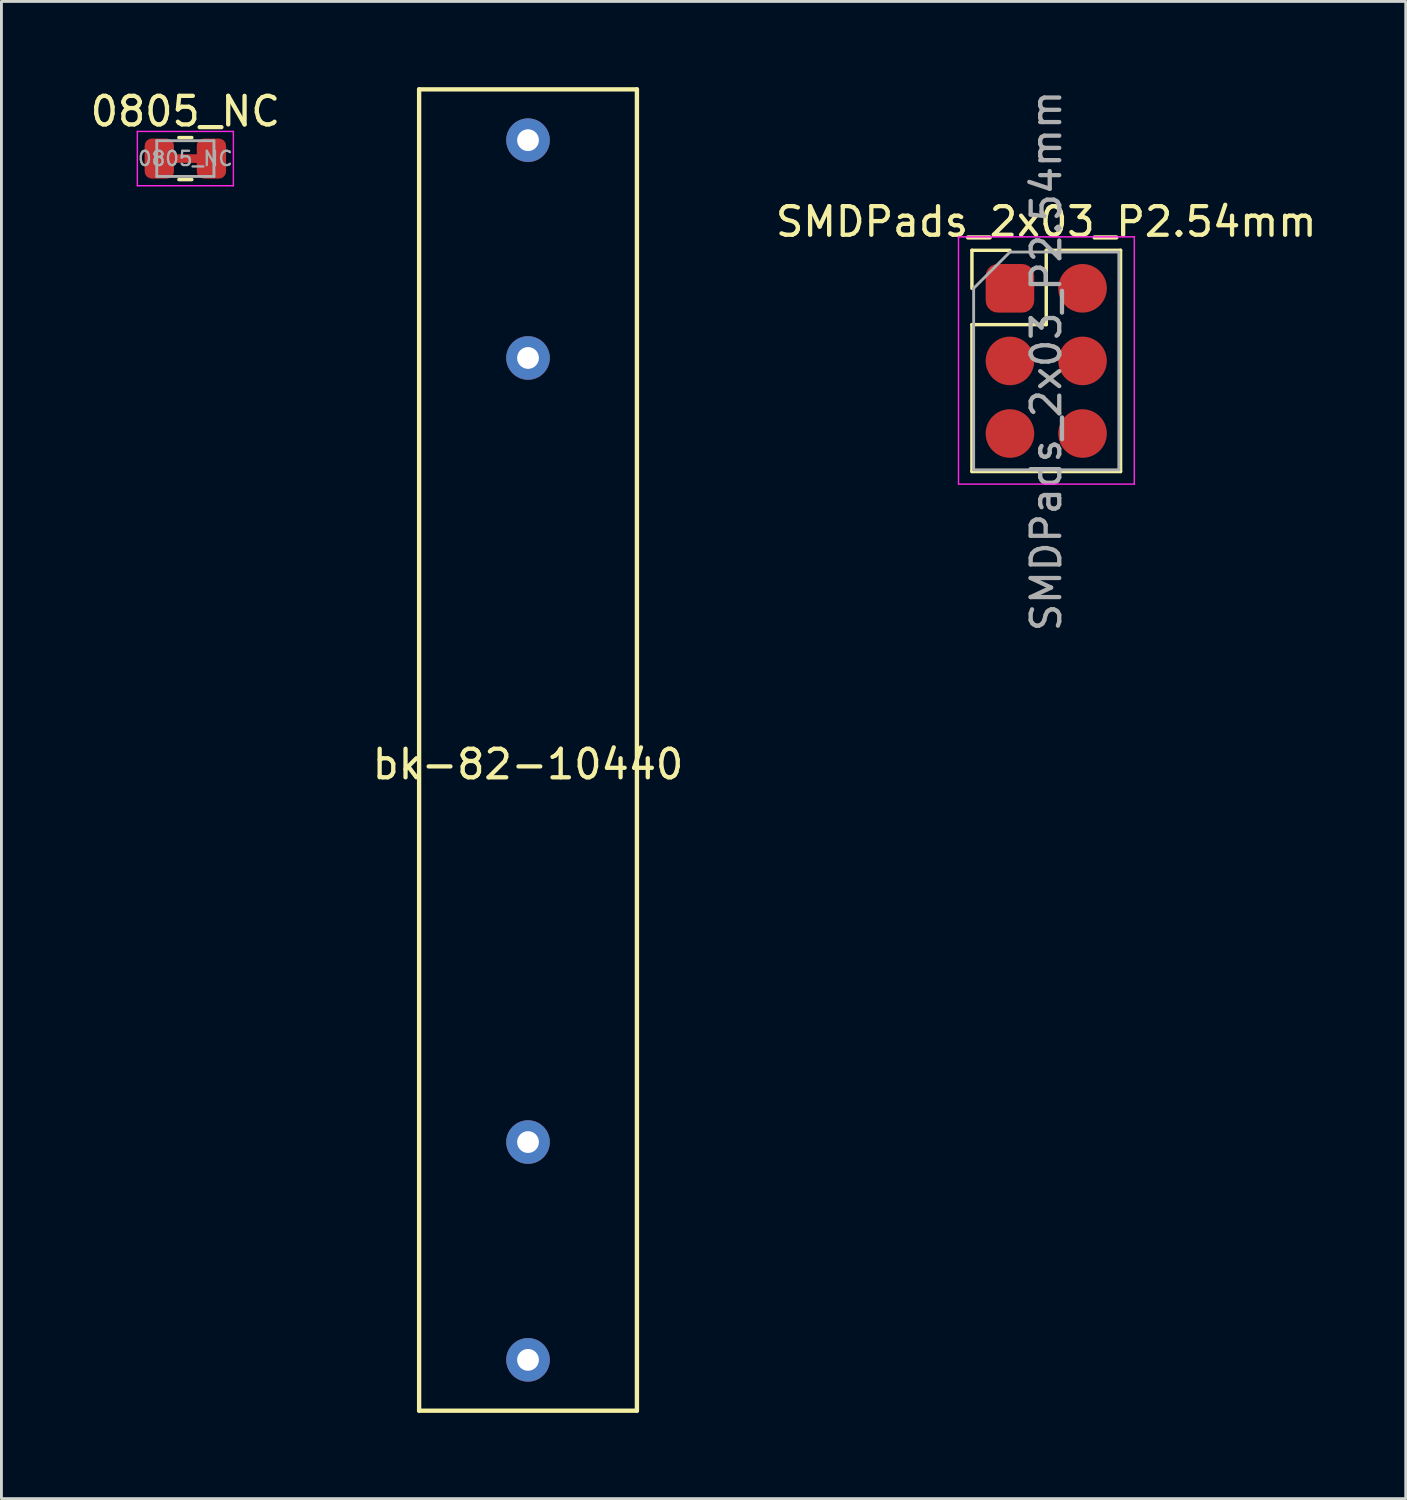
<source format=kicad_pcb>
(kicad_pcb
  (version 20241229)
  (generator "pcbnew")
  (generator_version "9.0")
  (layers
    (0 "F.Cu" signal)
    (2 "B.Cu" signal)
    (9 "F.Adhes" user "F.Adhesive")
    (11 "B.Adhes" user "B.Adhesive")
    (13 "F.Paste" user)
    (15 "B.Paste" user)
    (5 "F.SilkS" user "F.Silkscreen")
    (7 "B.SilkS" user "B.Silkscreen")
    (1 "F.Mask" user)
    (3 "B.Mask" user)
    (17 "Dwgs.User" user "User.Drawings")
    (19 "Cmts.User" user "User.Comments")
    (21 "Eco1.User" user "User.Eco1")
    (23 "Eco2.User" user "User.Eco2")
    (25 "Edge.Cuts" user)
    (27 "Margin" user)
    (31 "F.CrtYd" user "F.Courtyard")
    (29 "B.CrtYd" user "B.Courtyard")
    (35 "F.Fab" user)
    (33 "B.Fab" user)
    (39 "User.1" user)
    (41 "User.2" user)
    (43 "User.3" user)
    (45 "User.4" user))
  (footprint "SMDPads_2x03_P2.54mm"
    (layer "F.Cu")
    (at 32.284 7.037)
    (property "Reference" "SMDPads_2x03_P2.54mm" (at 1.27 -2.33 0) (layer "F.SilkS") (effects (font (size 1 1) (thickness 0.15))))
    (attr through_hole)
    (fp_line (start -1.33 -1.33) (end 0 -1.33) (stroke (width 0.12) (type solid)) (layer "F.SilkS"))
    (fp_line (start -1.33 0) (end -1.33 -1.33) (stroke (width 0.12) (type solid)) (layer "F.SilkS"))
    (fp_line (start -1.33 1.27) (end -1.33 6.41) (stroke (width 0.12) (type solid)) (layer "F.SilkS"))
    (fp_line (start -1.33 1.27) (end 1.27 1.27) (stroke (width 0.12) (type solid)) (layer "F.SilkS"))
    (fp_line (start -1.33 6.41) (end 3.87 6.41) (stroke (width 0.12) (type solid)) (layer "F.SilkS"))
    (fp_line (start 1.27 -1.33) (end 3.87 -1.33) (stroke (width 0.12) (type solid)) (layer "F.SilkS"))
    (fp_line (start 1.27 1.27) (end 1.27 -1.33) (stroke (width 0.12) (type solid)) (layer "F.SilkS"))
    (fp_line (start 3.87 -1.33) (end 3.87 6.41) (stroke (width 0.12) (type solid)) (layer "F.SilkS"))
    (fp_line (start -1.8 -1.8) (end -1.8 6.85) (stroke (width 0.05) (type solid)) (layer "F.CrtYd"))
    (fp_line (start -1.8 6.85) (end 4.35 6.85) (stroke (width 0.05) (type solid)) (layer "F.CrtYd"))
    (fp_line (start 4.35 -1.8) (end -1.8 -1.8) (stroke (width 0.05) (type solid)) (layer "F.CrtYd"))
    (fp_line (start 4.35 6.85) (end 4.35 -1.8) (stroke (width 0.05) (type solid)) (layer "F.CrtYd"))
    (fp_line (start -1.27 0) (end 0 -1.27) (stroke (width 0.1) (type solid)) (layer "F.Fab"))
    (fp_line (start -1.27 6.35) (end -1.27 0) (stroke (width 0.1) (type solid)) (layer "F.Fab"))
    (fp_line (start 0 -1.27) (end 3.81 -1.27) (stroke (width 0.1) (type solid)) (layer "F.Fab"))
    (fp_line (start 3.81 -1.27) (end 3.81 6.35) (stroke (width 0.1) (type solid)) (layer "F.Fab"))
    (fp_line (start 3.81 6.35) (end -1.27 6.35) (stroke (width 0.1) (type solid)) (layer "F.Fab"))
    (fp_text user "${REFERENCE}" (at 1.27 2.54 90) (layer "F.Fab") (effects (font (size 1 1) (thickness 0.15))))
    (pad "1" smd roundrect (at 0 0) (size 1.7 1.7) (layers "F.Cu" "F.Mask" "F.Paste") (roundrect_rratio 0.25))
    (pad "2" smd oval (at 2.54 0) (size 1.7 1.7) (layers "F.Cu" "F.Mask" "F.Paste"))
    (pad "3" smd oval (at 0 2.54) (size 1.7 1.7) (layers "F.Cu" "F.Mask" "F.Paste"))
    (pad "4" smd oval (at 2.54 2.54) (size 1.7 1.7) (layers "F.Cu" "F.Mask" "F.Paste"))
    (pad "5" smd oval (at 0 5.08) (size 1.7 1.7) (layers "F.Cu" "F.Mask" "F.Paste"))
    (pad "6" smd oval (at 2.54 5.08) (size 1.7 1.7) (layers "F.Cu" "F.Mask" "F.Paste")))
  (footprint "bk-82-10440"
    (layer "F.Cu")
    (at 15.423 23.19)
    (property "Reference" "bk-82-10440" (at 0 0.5 0) (layer "F.SilkS") (effects (font (size 1 1) (thickness 0.15))))
    (attr through_hole)
    (fp_line (start -3.81 -23.114) (end -3.81 23.114) (stroke (width 0.152) (type solid)) (layer "F.SilkS"))
    (fp_line (start -3.81 -23.114) (end 3.81 -23.114) (stroke (width 0.152) (type solid)) (layer "F.SilkS"))
    (fp_line (start 3.81 23.114) (end -3.81 23.114) (stroke (width 0.152) (type solid)) (layer "F.SilkS"))
    (fp_line (start 3.81 23.114) (end 3.81 -23.114) (stroke (width 0.152) (type solid)) (layer "F.SilkS"))
    (pad "1" thru_hole circle (at 0 -21.336) (size 1.524 1.524) (drill 0.762) (layers "*.Cu" "*.Mask"))
    (pad "1" thru_hole circle (at 0 -13.716) (size 1.524 1.524) (drill 0.762) (layers "*.Cu" "*.Mask"))
    (pad "2" thru_hole circle (at 0 13.716) (size 1.524 1.524) (drill 0.762) (layers "*.Cu" "*.Mask"))
    (pad "2" thru_hole circle (at 0 21.336) (size 1.524 1.524) (drill 0.762) (layers "*.Cu" "*.Mask")))
  (footprint "0805_NC"
    (layer "F.Cu")
    (at 3.435 2.498)
    (property "Reference" "0805_NC" (at 0 -1.65 0) (layer "F.SilkS") (effects (font (size 1 1) (thickness 0.15))))
    (attr smd)
    (fp_line (start -0.4 0) (end 0.4 0) (stroke (width 0.3) (type solid)) (layer "F.Cu"))
    (fp_poly (pts (xy 0.6 0.7) (xy -0.6 0.7) (xy -0.6 -0.7) (xy 0.6 -0.7)) (stroke (width 0) (type solid)) (fill yes) (layer "F.Mask"))
    (fp_line (start -0.227 -0.735) (end 0.227 -0.735) (stroke (width 0.12) (type solid)) (layer "F.SilkS"))
    (fp_line (start -0.227 0.735) (end 0.227 0.735) (stroke (width 0.12) (type solid)) (layer "F.SilkS"))
    (fp_line (start -1.68 -0.95) (end 1.68 -0.95) (stroke (width 0.05) (type solid)) (layer "F.CrtYd"))
    (fp_line (start -1.68 0.95) (end -1.68 -0.95) (stroke (width 0.05) (type solid)) (layer "F.CrtYd"))
    (fp_line (start 1.68 -0.95) (end 1.68 0.95) (stroke (width 0.05) (type solid)) (layer "F.CrtYd"))
    (fp_line (start 1.68 0.95) (end -1.68 0.95) (stroke (width 0.05) (type solid)) (layer "F.CrtYd"))
    (fp_line (start -1 -0.625) (end 1 -0.625) (stroke (width 0.1) (type solid)) (layer "F.Fab"))
    (fp_line (start -1 0.625) (end -1 -0.625) (stroke (width 0.1) (type solid)) (layer "F.Fab"))
    (fp_line (start 1 -0.625) (end 1 0.625) (stroke (width 0.1) (type solid)) (layer "F.Fab"))
    (fp_line (start 1 0.625) (end -1 0.625) (stroke (width 0.1) (type solid)) (layer "F.Fab"))
    (fp_text user "${REFERENCE}" (at 0 0 0) (layer "F.Fab") (effects (font (size 0.5 0.5) (thickness 0.08))))
    (pad "1" smd roundrect (at -0.912 0) (size 1.025 1.4) (layers "F.Cu" "F.Mask" "F.Paste") (roundrect_rratio 0.244))
    (pad "2" smd roundrect (at 0.912 0) (size 1.025 1.4) (layers "F.Cu" "F.Mask" "F.Paste") (roundrect_rratio 0.244)))
  (gr_rect
    (start -3 -3)
    (end 46.131 49.38)
    (stroke (width 0.1) (type default))
    (fill no)
    (layer "Edge.Cuts")))
</source>
